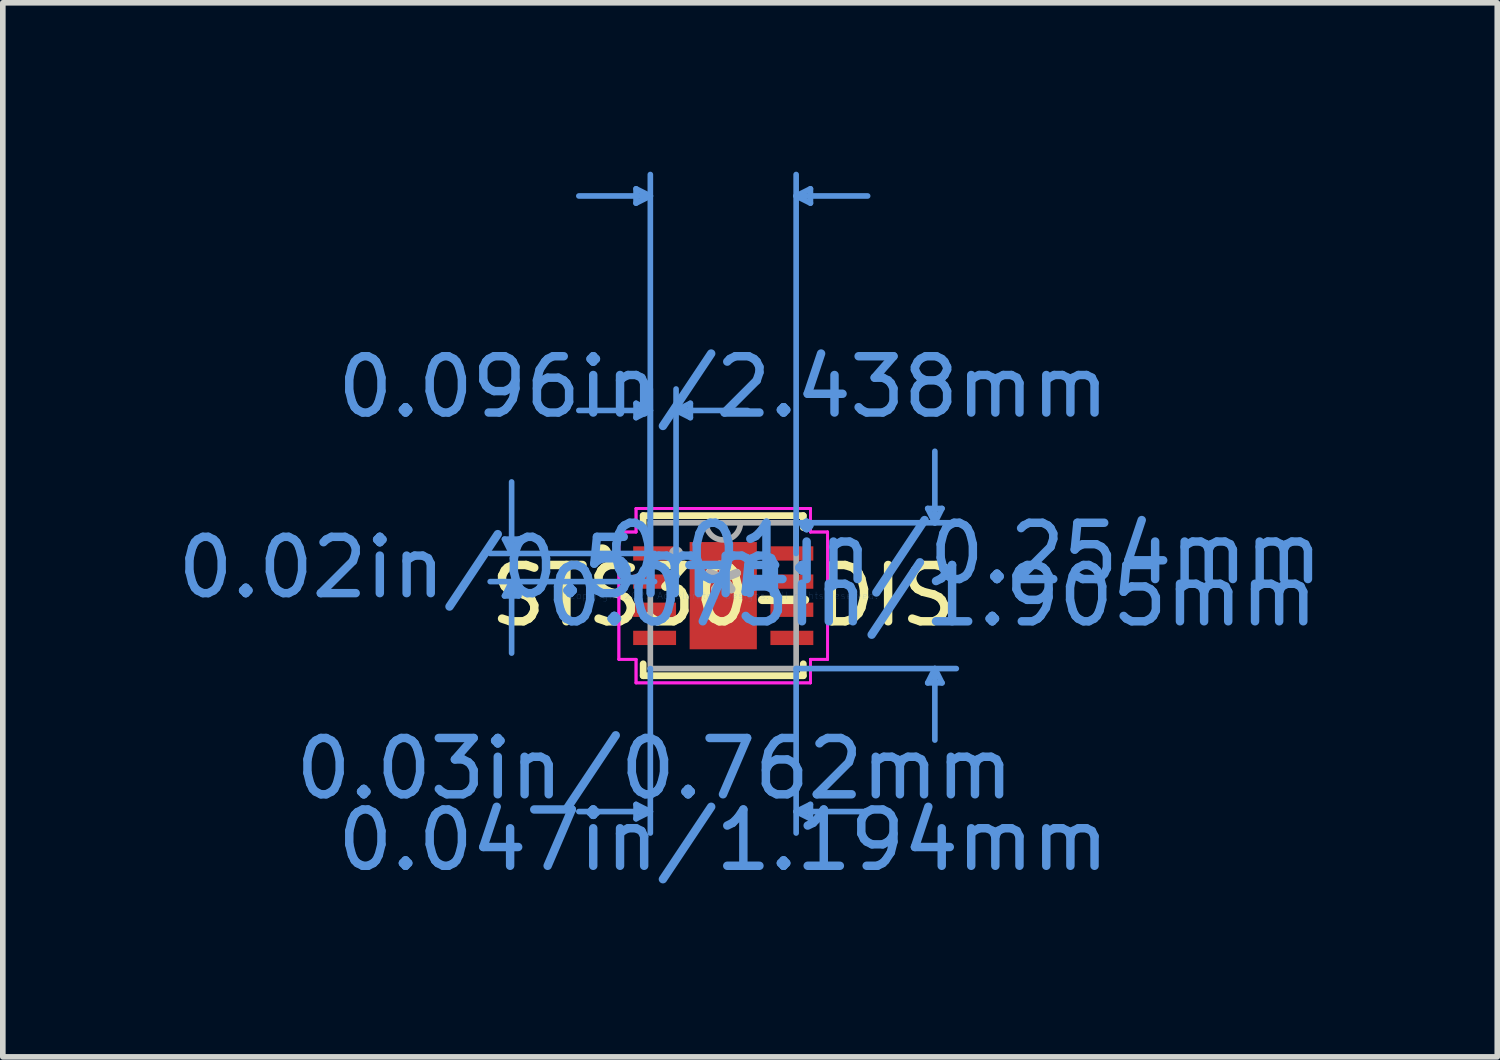
<source format=kicad_pcb>
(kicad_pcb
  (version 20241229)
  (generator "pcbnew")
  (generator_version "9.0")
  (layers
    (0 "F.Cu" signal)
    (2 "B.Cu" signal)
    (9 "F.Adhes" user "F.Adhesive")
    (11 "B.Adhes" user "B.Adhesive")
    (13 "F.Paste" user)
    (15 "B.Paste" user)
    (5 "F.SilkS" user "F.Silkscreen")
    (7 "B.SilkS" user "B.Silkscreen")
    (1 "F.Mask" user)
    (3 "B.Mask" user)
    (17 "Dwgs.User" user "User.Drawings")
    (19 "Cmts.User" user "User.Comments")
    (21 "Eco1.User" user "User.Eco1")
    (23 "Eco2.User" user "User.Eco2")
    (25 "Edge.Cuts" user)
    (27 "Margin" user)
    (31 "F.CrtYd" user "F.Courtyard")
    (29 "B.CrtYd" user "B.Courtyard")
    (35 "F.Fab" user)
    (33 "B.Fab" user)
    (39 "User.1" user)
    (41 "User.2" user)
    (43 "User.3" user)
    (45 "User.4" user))
  (footprint "STS30-DIS"
    (layer "F.Cu")
    (at 9.797 7.531)
    (property "Reference" "STS30-DIS" (at 0 0 0) (layer "F.SilkS") (effects (font (size 1 1) (thickness 0.15))))
    (attr through_hole)
    (fp_line (start -1.422 -1.422) (end -1.422 -1.21) (stroke (width 0.12) (type solid)) (layer "F.SilkS"))
    (fp_line (start -1.422 1.21) (end -1.422 1.422) (stroke (width 0.12) (type solid)) (layer "F.SilkS"))
    (fp_line (start -1.422 1.422) (end 1.422 1.422) (stroke (width 0.12) (type solid)) (layer "F.SilkS"))
    (fp_line (start 1.422 -1.422) (end -1.422 -1.422) (stroke (width 0.12) (type solid)) (layer "F.SilkS"))
    (fp_line (start 1.422 -1.21) (end 1.422 -1.422) (stroke (width 0.12) (type solid)) (layer "F.SilkS"))
    (fp_line (start 1.422 1.422) (end 1.422 1.21) (stroke (width 0.12) (type solid)) (layer "F.SilkS"))
    (fp_circle (center -2.151 -0.75) (end -2.049 -0.75) (stroke (width 0.12) (type solid)) (fill no) (layer "F.SilkS"))
    (fp_line (start -3.886 -1.004) (end -3.632 -1.004) (stroke (width 0.1) (type solid)) (layer "Cmts.User"))
    (fp_line (start -3.886 0.004) (end -3.632 0.004) (stroke (width 0.1) (type solid)) (layer "Cmts.User"))
    (fp_line (start -3.759 -0.75) (end -3.886 -1.004) (stroke (width 0.1) (type solid)) (layer "Cmts.User"))
    (fp_line (start -3.759 -0.75) (end -3.759 -2.02) (stroke (width 0.1) (type solid)) (layer "Cmts.User"))
    (fp_line (start -3.759 -0.75) (end -3.632 -1.004) (stroke (width 0.1) (type solid)) (layer "Cmts.User"))
    (fp_line (start -3.759 -0.25) (end -3.886 0.004) (stroke (width 0.1) (type solid)) (layer "Cmts.User"))
    (fp_line (start -3.759 -0.25) (end -3.759 1.02) (stroke (width 0.1) (type solid)) (layer "Cmts.User"))
    (fp_line (start -3.759 -0.25) (end -3.632 0.004) (stroke (width 0.1) (type solid)) (layer "Cmts.User"))
    (fp_line (start -1.549 -7.227) (end -1.549 -6.973) (stroke (width 0.1) (type solid)) (layer "Cmts.User"))
    (fp_line (start -1.549 -3.417) (end -1.549 -3.163) (stroke (width 0.1) (type solid)) (layer "Cmts.User"))
    (fp_line (start -1.549 3.708) (end -1.549 3.962) (stroke (width 0.1) (type solid)) (layer "Cmts.User"))
    (fp_line (start -1.295 -7.1) (end -2.565 -7.1) (stroke (width 0.1) (type solid)) (layer "Cmts.User"))
    (fp_line (start -1.295 -7.1) (end -1.549 -7.227) (stroke (width 0.1) (type solid)) (layer "Cmts.User"))
    (fp_line (start -1.295 -7.1) (end -1.549 -6.973) (stroke (width 0.1) (type solid)) (layer "Cmts.User"))
    (fp_line (start -1.295 -3.29) (end -2.565 -3.29) (stroke (width 0.1) (type solid)) (layer "Cmts.User"))
    (fp_line (start -1.295 -3.29) (end -1.549 -3.417) (stroke (width 0.1) (type solid)) (layer "Cmts.User"))
    (fp_line (start -1.295 -3.29) (end -1.549 -3.163) (stroke (width 0.1) (type solid)) (layer "Cmts.User"))
    (fp_line (start -1.295 -0.75) (end -1.295 -7.481) (stroke (width 0.1) (type solid)) (layer "Cmts.User"))
    (fp_line (start -1.295 -0.75) (end -1.295 -3.671) (stroke (width 0.1) (type solid)) (layer "Cmts.User"))
    (fp_line (start -1.295 1.295) (end -1.295 4.216) (stroke (width 0.1) (type solid)) (layer "Cmts.User"))
    (fp_line (start -1.295 3.835) (end -2.565 3.835) (stroke (width 0.1) (type solid)) (layer "Cmts.User"))
    (fp_line (start -1.295 3.835) (end -1.549 3.708) (stroke (width 0.1) (type solid)) (layer "Cmts.User"))
    (fp_line (start -1.295 3.835) (end -1.549 3.962) (stroke (width 0.1) (type solid)) (layer "Cmts.User"))
    (fp_line (start -1.219 -0.75) (end -4.14 -0.75) (stroke (width 0.1) (type solid)) (layer "Cmts.User"))
    (fp_line (start -1.219 -0.25) (end -4.14 -0.25) (stroke (width 0.1) (type solid)) (layer "Cmts.User"))
    (fp_line (start -0.838 -3.29) (end -0.584 -3.417) (stroke (width 0.1) (type solid)) (layer "Cmts.User"))
    (fp_line (start -0.838 -3.29) (end -0.584 -3.163) (stroke (width 0.1) (type solid)) (layer "Cmts.User"))
    (fp_line (start -0.838 -3.29) (end 0.432 -3.29) (stroke (width 0.1) (type solid)) (layer "Cmts.User"))
    (fp_line (start -0.838 -0.75) (end -0.838 -3.671) (stroke (width 0.1) (type solid)) (layer "Cmts.User"))
    (fp_line (start -0.584 -3.417) (end -0.584 -3.163) (stroke (width 0.1) (type solid)) (layer "Cmts.User"))
    (fp_line (start 1.295 -7.1) (end 1.549 -7.227) (stroke (width 0.1) (type solid)) (layer "Cmts.User"))
    (fp_line (start 1.295 -7.1) (end 1.549 -6.973) (stroke (width 0.1) (type solid)) (layer "Cmts.User"))
    (fp_line (start 1.295 -7.1) (end 2.565 -7.1) (stroke (width 0.1) (type solid)) (layer "Cmts.User"))
    (fp_line (start 1.295 -1.295) (end 4.14 -1.295) (stroke (width 0.1) (type solid)) (layer "Cmts.User"))
    (fp_line (start 1.295 -0.75) (end 1.295 -7.481) (stroke (width 0.1) (type solid)) (layer "Cmts.User"))
    (fp_line (start 1.295 1.295) (end 1.295 4.216) (stroke (width 0.1) (type solid)) (layer "Cmts.User"))
    (fp_line (start 1.295 1.295) (end 4.14 1.295) (stroke (width 0.1) (type solid)) (layer "Cmts.User"))
    (fp_line (start 1.295 3.835) (end 1.549 3.708) (stroke (width 0.1) (type solid)) (layer "Cmts.User"))
    (fp_line (start 1.295 3.835) (end 1.549 3.962) (stroke (width 0.1) (type solid)) (layer "Cmts.User"))
    (fp_line (start 1.295 3.835) (end 2.565 3.835) (stroke (width 0.1) (type solid)) (layer "Cmts.User"))
    (fp_line (start 1.549 -7.227) (end 1.549 -6.973) (stroke (width 0.1) (type solid)) (layer "Cmts.User"))
    (fp_line (start 1.549 3.708) (end 1.549 3.962) (stroke (width 0.1) (type solid)) (layer "Cmts.User"))
    (fp_line (start 3.632 -1.549) (end 3.886 -1.549) (stroke (width 0.1) (type solid)) (layer "Cmts.User"))
    (fp_line (start 3.632 1.549) (end 3.886 1.549) (stroke (width 0.1) (type solid)) (layer "Cmts.User"))
    (fp_line (start 3.759 -1.295) (end 3.632 -1.549) (stroke (width 0.1) (type solid)) (layer "Cmts.User"))
    (fp_line (start 3.759 -1.295) (end 3.759 -2.565) (stroke (width 0.1) (type solid)) (layer "Cmts.User"))
    (fp_line (start 3.759 -1.295) (end 3.886 -1.549) (stroke (width 0.1) (type solid)) (layer "Cmts.User"))
    (fp_line (start 3.759 1.295) (end 3.632 1.549) (stroke (width 0.1) (type solid)) (layer "Cmts.User"))
    (fp_line (start 3.759 1.295) (end 3.759 2.565) (stroke (width 0.1) (type solid)) (layer "Cmts.User"))
    (fp_line (start 3.759 1.295) (end 3.886 1.549) (stroke (width 0.1) (type solid)) (layer "Cmts.User"))
    (fp_line (start -1.854 -1.131) (end -1.549 -1.131) (stroke (width 0.05) (type solid)) (layer "F.CrtYd"))
    (fp_line (start -1.854 -1.131) (end -1.549 -1.131) (stroke (width 0.05) (type solid)) (layer "F.CrtYd"))
    (fp_line (start -1.854 1.131) (end -1.854 -1.131) (stroke (width 0.05) (type solid)) (layer "F.CrtYd"))
    (fp_line (start -1.854 1.131) (end -1.854 -1.131) (stroke (width 0.05) (type solid)) (layer "F.CrtYd"))
    (fp_line (start -1.854 1.131) (end -1.549 1.131) (stroke (width 0.05) (type solid)) (layer "F.CrtYd"))
    (fp_line (start -1.549 -1.549) (end 1.549 -1.549) (stroke (width 0.05) (type solid)) (layer "F.CrtYd"))
    (fp_line (start -1.549 -1.549) (end 1.549 -1.549) (stroke (width 0.05) (type solid)) (layer "F.CrtYd"))
    (fp_line (start -1.549 -1.131) (end -1.549 -1.549) (stroke (width 0.05) (type solid)) (layer "F.CrtYd"))
    (fp_line (start -1.549 -1.131) (end -1.549 -1.549) (stroke (width 0.05) (type solid)) (layer "F.CrtYd"))
    (fp_line (start -1.549 1.131) (end -1.854 1.131) (stroke (width 0.05) (type solid)) (layer "F.CrtYd"))
    (fp_line (start -1.549 1.549) (end -1.549 1.131) (stroke (width 0.05) (type solid)) (layer "F.CrtYd"))
    (fp_line (start -1.549 1.549) (end -1.549 1.131) (stroke (width 0.05) (type solid)) (layer "F.CrtYd"))
    (fp_line (start 1.549 -1.549) (end 1.549 -1.131) (stroke (width 0.05) (type solid)) (layer "F.CrtYd"))
    (fp_line (start 1.549 -1.549) (end 1.549 -1.131) (stroke (width 0.05) (type solid)) (layer "F.CrtYd"))
    (fp_line (start 1.549 -1.131) (end 1.854 -1.131) (stroke (width 0.05) (type solid)) (layer "F.CrtYd"))
    (fp_line (start 1.549 1.131) (end 1.549 1.549) (stroke (width 0.05) (type solid)) (layer "F.CrtYd"))
    (fp_line (start 1.549 1.131) (end 1.549 1.549) (stroke (width 0.05) (type solid)) (layer "F.CrtYd"))
    (fp_line (start 1.549 1.549) (end -1.549 1.549) (stroke (width 0.05) (type solid)) (layer "F.CrtYd"))
    (fp_line (start 1.549 1.549) (end -1.549 1.549) (stroke (width 0.05) (type solid)) (layer "F.CrtYd"))
    (fp_line (start 1.854 -1.131) (end 1.549 -1.131) (stroke (width 0.05) (type solid)) (layer "F.CrtYd"))
    (fp_line (start 1.854 -1.131) (end 1.854 1.131) (stroke (width 0.05) (type solid)) (layer "F.CrtYd"))
    (fp_line (start 1.854 -1.131) (end 1.854 1.131) (stroke (width 0.05) (type solid)) (layer "F.CrtYd"))
    (fp_line (start 1.854 1.131) (end 1.549 1.131) (stroke (width 0.05) (type solid)) (layer "F.CrtYd"))
    (fp_line (start 1.854 1.131) (end 1.549 1.131) (stroke (width 0.05) (type solid)) (layer "F.CrtYd"))
    (fp_line (start -1.295 -1.295) (end -1.295 1.295) (stroke (width 0.1) (type solid)) (layer "F.Fab"))
    (fp_line (start -1.295 1.295) (end 1.295 1.295) (stroke (width 0.1) (type solid)) (layer "F.Fab"))
    (fp_line (start 1.295 -1.295) (end -1.295 -1.295) (stroke (width 0.1) (type solid)) (layer "F.Fab"))
    (fp_line (start 1.295 1.295) (end 1.295 -1.295) (stroke (width 0.1) (type solid)) (layer "F.Fab"))
    (fp_arc (start 0.3048 -1.2954) (mid 0 -0.9906) (end -0.3048 -1.2954) (stroke (width 0.1) (type solid)) (layer "F.Fab"))
    (fp_circle (center -0.838 -0.75) (end -0.762 -0.75) (stroke (width 0.1) (type solid)) (fill no) (layer "F.Fab"))
    (fp_text user "*" (at 0 0 0) (layer "F.SilkS") (effects (font (size 1 1) (thickness 0.15))))
    (fp_text user "0.03in/0.762mm" (at -1.219 3.073 0) (layer "Cmts.User") (effects (font (size 1 1) (thickness 0.15))))
    (fp_text user "0.01in/0.254mm" (at 4.267 -0.75 0) (layer "Cmts.User") (effects (font (size 1 1) (thickness 0.15))))
    (fp_text user "0.047in/1.194mm" (at 0 4.343 0) (layer "Cmts.User") (effects (font (size 1 1) (thickness 0.15))))
    (fp_text user "Copyright 2021 Accelerated Designs. All rights reserved." (at 0 0 0) (layer "Cmts.User") (effects (font (size 0.127 0.127) (thickness 0.002))))
    (fp_text user "0.096in/2.438mm" (at 0 -3.708 0) (layer "Cmts.User") (effects (font (size 1 1) (thickness 0.15))))
    (fp_text user "0.02in/0.5mm" (at -4.267 -0.5 0) (layer "Cmts.User") (effects (font (size 1 1) (thickness 0.15))))
    (fp_text user "0.075in/1.905mm" (at 3.708 0 0) (layer "Cmts.User") (effects (font (size 1 1) (thickness 0.15))))
    (fp_text user "*" (at 0 0 0) (layer "F.Fab") (effects (font (size 1 1) (thickness 0.15))))
    (pad "1" smd rect (at -1.219 -0.75) (size 0.762 0.254) (layers "F.Cu" "F.Mask" "F.Paste"))
    (pad "2" smd rect (at -1.219 -0.25) (size 0.762 0.254) (layers "F.Cu" "F.Mask" "F.Paste"))
    (pad "3" smd rect (at -1.219 0.25) (size 0.762 0.254) (layers "F.Cu" "F.Mask" "F.Paste"))
    (pad "4" smd rect (at -1.219 0.75) (size 0.762 0.254) (layers "F.Cu" "F.Mask" "F.Paste"))
    (pad "5" smd rect (at 1.219 0.75) (size 0.762 0.254) (layers "F.Cu" "F.Mask" "F.Paste"))
    (pad "6" smd rect (at 1.219 0.25) (size 0.762 0.254) (layers "F.Cu" "F.Mask" "F.Paste"))
    (pad "7" smd rect (at 1.219 -0.25) (size 0.762 0.254) (layers "F.Cu" "F.Mask" "F.Paste"))
    (pad "8" smd rect (at 1.219 -0.75) (size 0.762 0.254) (layers "F.Cu" "F.Mask" "F.Paste"))
    (pad "9" smd rect (at 0 0) (size 1.194 1.905) (layers "F.Cu" "F.Mask" "F.Paste")))
  (gr_rect
    (start -3 -3)
    (end 23.546 15.723)
    (stroke (width 0.1) (type default))
    (fill no)
    (layer "Edge.Cuts")))
</source>
